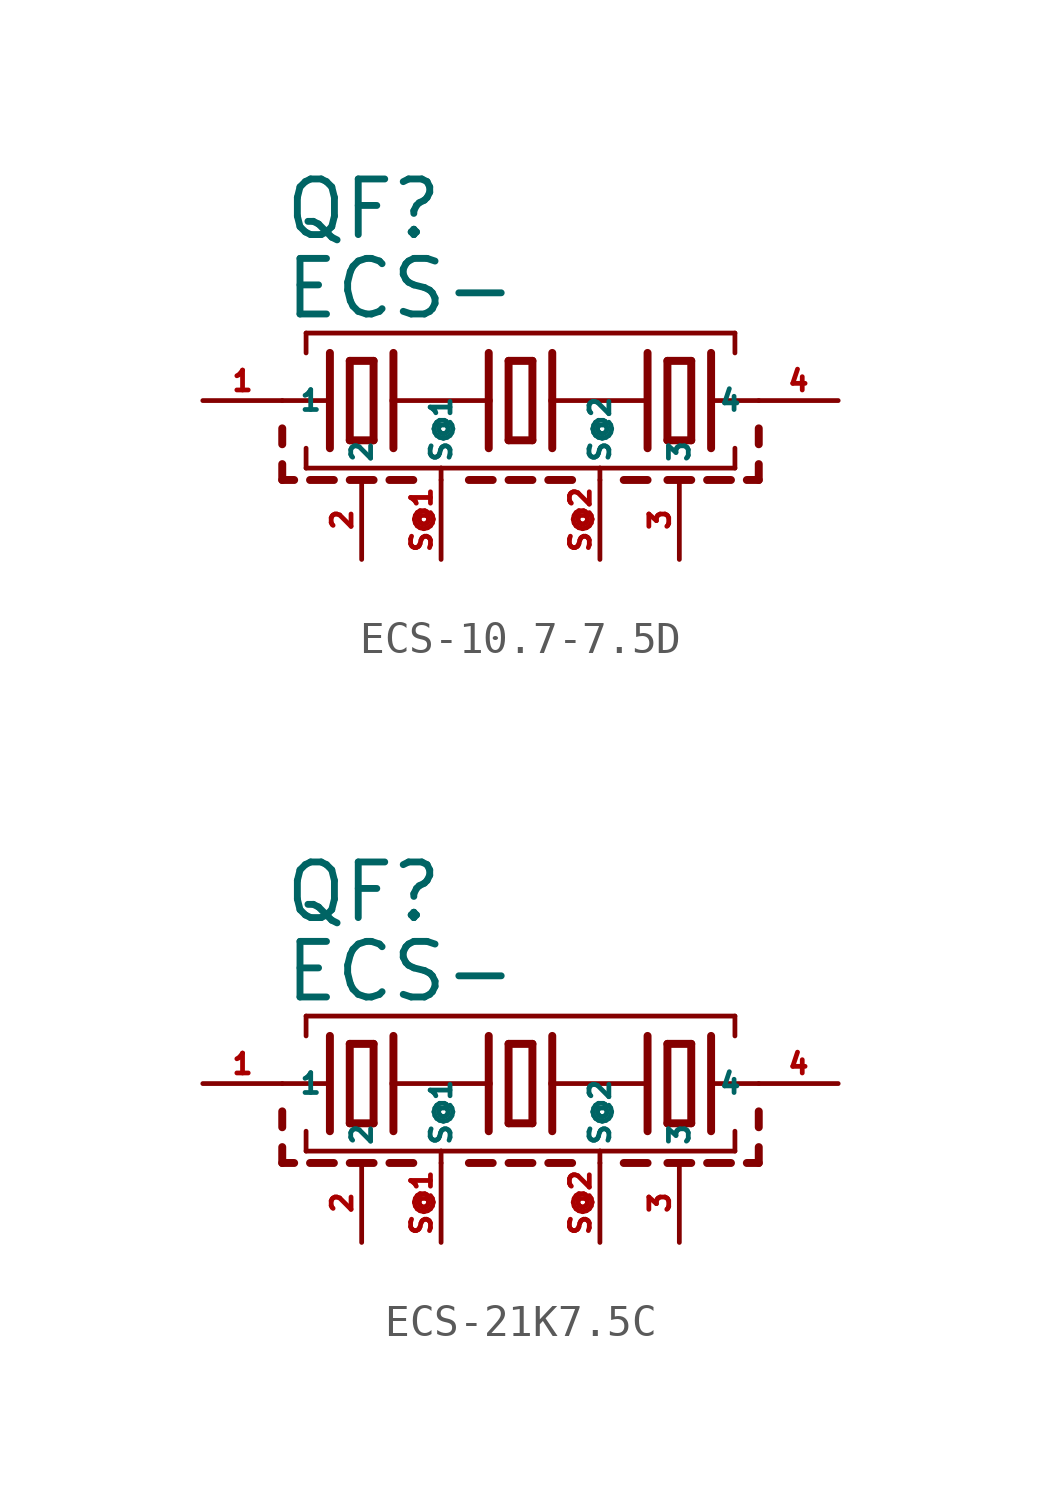
<source format=kicad_sym>
(kicad_symbol_lib
  (version 20220914)
  (generator Eagle2Kicad)
  (symbol "ECS-10.7-7.5D"
    (property "Reference" "QF"
      (at -7.62 5.08 0)
      (effects (font (size 1.778 1.778) (thickness 0.22)) (justify left bottom)))
    (property "Value" "ECS-"
      (at -7.62 2.54 0)
      (effects (font (size 1.778 1.778) (thickness 0.22)) (justify left bottom)))
    (polyline
      (pts (xy 6.096 0) (xy 7.62 0))
      (stroke (width 0.152) (type default))
      (fill (type none)))
    (polyline
      (pts (xy -7.62 0) (xy -6.096 0))
      (stroke (width 0.152) (type default))
      (fill (type none)))
    (polyline
      (pts (xy -0.381 1.27) (xy -0.381 -1.27))
      (stroke (width 0.254) (type default))
      (fill (type none)))
    (polyline
      (pts (xy -0.381 -1.27) (xy 0.381 -1.27))
      (stroke (width 0.254) (type default))
      (fill (type none)))
    (polyline
      (pts (xy 0.381 -1.27) (xy 0.381 1.27))
      (stroke (width 0.254) (type default))
      (fill (type none)))
    (polyline
      (pts (xy 0.381 1.27) (xy -0.381 1.27))
      (stroke (width 0.254) (type default))
      (fill (type none)))
    (polyline
      (pts (xy 6.096 1.524) (xy 6.096 -1.524))
      (stroke (width 0.254) (type default))
      (fill (type none)))
    (polyline
      (pts (xy -6.096 1.524) (xy -6.096 -1.524))
      (stroke (width 0.254) (type default))
      (fill (type none)))
    (polyline
      (pts (xy -6.858 1.524) (xy -6.858 2.159))
      (stroke (width 0.152) (type default))
      (fill (type none)))
    (polyline
      (pts (xy -6.858 2.159) (xy 6.858 2.159))
      (stroke (width 0.152) (type default))
      (fill (type none)))
    (polyline
      (pts (xy 6.858 2.159) (xy 6.858 1.524))
      (stroke (width 0.152) (type default))
      (fill (type none)))
    (polyline
      (pts (xy 6.858 -1.524) (xy 6.858 -2.159))
      (stroke (width 0.152) (type default))
      (fill (type none)))
    (polyline
      (pts (xy -6.858 -2.159) (xy -2.54 -2.159))
      (stroke (width 0.152) (type default))
      (fill (type none)))
    (polyline
      (pts (xy -2.54 -2.159) (xy 2.54 -2.159))
      (stroke (width 0.152) (type default))
      (fill (type none)))
    (polyline
      (pts (xy 2.54 -2.159) (xy 6.858 -2.159))
      (stroke (width 0.152) (type default))
      (fill (type none)))
    (polyline
      (pts (xy -6.858 -2.159) (xy -6.858 -1.524))
      (stroke (width 0.152) (type default))
      (fill (type none)))
    (polyline
      (pts (xy -1.016 1.524) (xy -1.016 0))
      (stroke (width 0.254) (type default))
      (fill (type none)))
    (polyline
      (pts (xy -1.016 0) (xy -1.016 -1.524))
      (stroke (width 0.254) (type default))
      (fill (type none)))
    (polyline
      (pts (xy 1.016 1.524) (xy 1.016 0))
      (stroke (width 0.254) (type default))
      (fill (type none)))
    (polyline
      (pts (xy 1.016 0) (xy 1.016 -1.524))
      (stroke (width 0.254) (type default))
      (fill (type none)))
    (polyline
      (pts (xy -4.699 1.27) (xy -5.461 1.27))
      (stroke (width 0.254) (type default))
      (fill (type none)))
    (polyline
      (pts (xy -5.461 -1.27) (xy -4.699 -1.27))
      (stroke (width 0.254) (type default))
      (fill (type none)))
    (polyline
      (pts (xy -5.461 1.27) (xy -5.461 -1.27))
      (stroke (width 0.254) (type default))
      (fill (type none)))
    (polyline
      (pts (xy -4.699 -1.27) (xy -4.699 1.27))
      (stroke (width 0.254) (type default))
      (fill (type none)))
    (polyline
      (pts (xy 5.461 -1.27) (xy 5.461 1.27))
      (stroke (width 0.254) (type default))
      (fill (type none)))
    (polyline
      (pts (xy 4.699 1.27) (xy 4.699 -1.27))
      (stroke (width 0.254) (type default))
      (fill (type none)))
    (polyline
      (pts (xy 5.461 1.27) (xy 4.699 1.27))
      (stroke (width 0.254) (type default))
      (fill (type none)))
    (polyline
      (pts (xy 4.699 -1.27) (xy 5.461 -1.27))
      (stroke (width 0.254) (type default))
      (fill (type none)))
    (polyline
      (pts (xy 4.064 1.524) (xy 4.064 -1.524))
      (stroke (width 0.254) (type default))
      (fill (type none)))
    (polyline
      (pts (xy -4.064 1.524) (xy -4.064 0))
      (stroke (width 0.254) (type default))
      (fill (type none)))
    (polyline
      (pts (xy -4.064 0) (xy -4.064 -1.524))
      (stroke (width 0.254) (type default))
      (fill (type none)))
    (polyline
      (pts (xy -4.064 0) (xy -1.016 0))
      (stroke (width 0.152) (type default))
      (fill (type none)))
    (polyline
      (pts (xy 1.016 0) (xy 4.064 0))
      (stroke (width 0.152) (type default))
      (fill (type none)))
    (polyline
      (pts (xy -7.62 -2.032) (xy -7.62 -2.54))
      (stroke (width 0.254) (type default))
      (fill (type none)))
    (polyline
      (pts (xy -7.62 -2.54) (xy -7.239 -2.54))
      (stroke (width 0.254) (type default))
      (fill (type none)))
    (polyline
      (pts (xy -5.461 -2.54) (xy -4.699 -2.54))
      (stroke (width 0.254) (type default))
      (fill (type none)))
    (polyline
      (pts (xy -6.731 -2.54) (xy -5.969 -2.54))
      (stroke (width 0.254) (type default))
      (fill (type none)))
    (polyline
      (pts (xy 4.699 -2.54) (xy 5.461 -2.54))
      (stroke (width 0.254) (type default))
      (fill (type none)))
    (polyline
      (pts (xy -4.191 -2.54) (xy -3.429 -2.54))
      (stroke (width 0.254) (type default))
      (fill (type none)))
    (polyline
      (pts (xy -1.651 -2.54) (xy -0.889 -2.54))
      (stroke (width 0.254) (type default))
      (fill (type none)))
    (polyline
      (pts (xy -0.381 -2.54) (xy 0.381 -2.54))
      (stroke (width 0.254) (type default))
      (fill (type none)))
    (polyline
      (pts (xy 0.889 -2.54) (xy 1.651 -2.54))
      (stroke (width 0.254) (type default))
      (fill (type none)))
    (polyline
      (pts (xy 3.302 -2.54) (xy 4.064 -2.54))
      (stroke (width 0.254) (type default))
      (fill (type none)))
    (polyline
      (pts (xy -2.54 -2.54) (xy -2.54 -2.159))
      (stroke (width 0.152) (type default))
      (fill (type none)))
    (polyline
      (pts (xy 2.54 -2.54) (xy 2.54 -2.159))
      (stroke (width 0.152) (type default))
      (fill (type none)))
    (polyline
      (pts (xy 7.62 -2.54) (xy 7.239 -2.54))
      (stroke (width 0.254) (type default))
      (fill (type none)))
    (polyline
      (pts (xy 6.731 -2.54) (xy 5.969 -2.54))
      (stroke (width 0.254) (type default))
      (fill (type none)))
    (polyline
      (pts (xy 7.62 -2.032) (xy 7.62 -2.54))
      (stroke (width 0.254) (type default))
      (fill (type none)))
    (polyline
      (pts (xy -7.62 -0.889) (xy -7.62 -1.397))
      (stroke (width 0.254) (type default))
      (fill (type none)))
    (polyline
      (pts (xy 7.62 -0.889) (xy 7.62 -1.397))
      (stroke (width 0.254) (type default))
      (fill (type none)))
    (pin passive line
      (at 10.16 0 180)
      (length 2.54)
      (name "4" (effects (font (size 0.635 0.635) (thickness 0.08)) (justify left bottom)))
      (number "4" (effects (font (size 0.635 0.635) (thickness 0.08)) (justify left bottom))))
    (pin passive line
      (at -10.16 0 0)
      (length 2.54)
      (name "1" (effects (font (size 0.635 0.635) (thickness 0.08)) (justify left bottom)))
      (number "1" (effects (font (size 0.635 0.635) (thickness 0.08)) (justify left bottom))))
    (pin passive line
      (at -5.08 -5.08 90)
      (length 2.54)
      (name "2" (effects (font (size 0.635 0.635) (thickness 0.08)) (justify left bottom)))
      (number "2" (effects (font (size 0.635 0.635) (thickness 0.08)) (justify left bottom))))
    (pin passive line
      (at 5.08 -5.08 90)
      (length 2.54)
      (name "3" (effects (font (size 0.635 0.635) (thickness 0.08)) (justify left bottom)))
      (number "3" (effects (font (size 0.635 0.635) (thickness 0.08)) (justify left bottom))))
    (pin passive line
      (at -2.54 -5.08 90)
      (length 2.54)
      (name "S@1" (effects (font (size 0.635 0.635) (thickness 0.08)) (justify left bottom)))
      (number "S@1" (effects (font (size 0.635 0.635) (thickness 0.08)) (justify left bottom))))
    (pin passive line
      (at 2.54 -5.08 90)
      (length 2.54)
      (name "S@2" (effects (font (size 0.635 0.635) (thickness 0.08)) (justify left bottom)))
      (number "S@2" (effects (font (size 0.635 0.635) (thickness 0.08)) (justify left bottom)))))
  (symbol "ECS-21K7.5C"
    (property "Reference" "QF"
      (at -7.62 5.08 0)
      (effects (font (size 1.778 1.778) (thickness 0.22)) (justify left bottom)))
    (property "Value" "ECS-"
      (at -7.62 2.54 0)
      (effects (font (size 1.778 1.778) (thickness 0.22)) (justify left bottom)))
    (polyline
      (pts (xy 6.096 0) (xy 7.62 0))
      (stroke (width 0.152) (type default))
      (fill (type none)))
    (polyline
      (pts (xy -7.62 0) (xy -6.096 0))
      (stroke (width 0.152) (type default))
      (fill (type none)))
    (polyline
      (pts (xy -0.381 1.27) (xy -0.381 -1.27))
      (stroke (width 0.254) (type default))
      (fill (type none)))
    (polyline
      (pts (xy -0.381 -1.27) (xy 0.381 -1.27))
      (stroke (width 0.254) (type default))
      (fill (type none)))
    (polyline
      (pts (xy 0.381 -1.27) (xy 0.381 1.27))
      (stroke (width 0.254) (type default))
      (fill (type none)))
    (polyline
      (pts (xy 0.381 1.27) (xy -0.381 1.27))
      (stroke (width 0.254) (type default))
      (fill (type none)))
    (polyline
      (pts (xy 6.096 1.524) (xy 6.096 -1.524))
      (stroke (width 0.254) (type default))
      (fill (type none)))
    (polyline
      (pts (xy -6.096 1.524) (xy -6.096 -1.524))
      (stroke (width 0.254) (type default))
      (fill (type none)))
    (polyline
      (pts (xy -6.858 1.524) (xy -6.858 2.159))
      (stroke (width 0.152) (type default))
      (fill (type none)))
    (polyline
      (pts (xy -6.858 2.159) (xy 6.858 2.159))
      (stroke (width 0.152) (type default))
      (fill (type none)))
    (polyline
      (pts (xy 6.858 2.159) (xy 6.858 1.524))
      (stroke (width 0.152) (type default))
      (fill (type none)))
    (polyline
      (pts (xy 6.858 -1.524) (xy 6.858 -2.159))
      (stroke (width 0.152) (type default))
      (fill (type none)))
    (polyline
      (pts (xy -6.858 -2.159) (xy -2.54 -2.159))
      (stroke (width 0.152) (type default))
      (fill (type none)))
    (polyline
      (pts (xy -2.54 -2.159) (xy 2.54 -2.159))
      (stroke (width 0.152) (type default))
      (fill (type none)))
    (polyline
      (pts (xy 2.54 -2.159) (xy 6.858 -2.159))
      (stroke (width 0.152) (type default))
      (fill (type none)))
    (polyline
      (pts (xy -6.858 -2.159) (xy -6.858 -1.524))
      (stroke (width 0.152) (type default))
      (fill (type none)))
    (polyline
      (pts (xy -1.016 1.524) (xy -1.016 0))
      (stroke (width 0.254) (type default))
      (fill (type none)))
    (polyline
      (pts (xy -1.016 0) (xy -1.016 -1.524))
      (stroke (width 0.254) (type default))
      (fill (type none)))
    (polyline
      (pts (xy 1.016 1.524) (xy 1.016 0))
      (stroke (width 0.254) (type default))
      (fill (type none)))
    (polyline
      (pts (xy 1.016 0) (xy 1.016 -1.524))
      (stroke (width 0.254) (type default))
      (fill (type none)))
    (polyline
      (pts (xy -4.699 1.27) (xy -5.461 1.27))
      (stroke (width 0.254) (type default))
      (fill (type none)))
    (polyline
      (pts (xy -5.461 -1.27) (xy -4.699 -1.27))
      (stroke (width 0.254) (type default))
      (fill (type none)))
    (polyline
      (pts (xy -5.461 1.27) (xy -5.461 -1.27))
      (stroke (width 0.254) (type default))
      (fill (type none)))
    (polyline
      (pts (xy -4.699 -1.27) (xy -4.699 1.27))
      (stroke (width 0.254) (type default))
      (fill (type none)))
    (polyline
      (pts (xy 5.461 -1.27) (xy 5.461 1.27))
      (stroke (width 0.254) (type default))
      (fill (type none)))
    (polyline
      (pts (xy 4.699 1.27) (xy 4.699 -1.27))
      (stroke (width 0.254) (type default))
      (fill (type none)))
    (polyline
      (pts (xy 5.461 1.27) (xy 4.699 1.27))
      (stroke (width 0.254) (type default))
      (fill (type none)))
    (polyline
      (pts (xy 4.699 -1.27) (xy 5.461 -1.27))
      (stroke (width 0.254) (type default))
      (fill (type none)))
    (polyline
      (pts (xy 4.064 1.524) (xy 4.064 -1.524))
      (stroke (width 0.254) (type default))
      (fill (type none)))
    (polyline
      (pts (xy -4.064 1.524) (xy -4.064 0))
      (stroke (width 0.254) (type default))
      (fill (type none)))
    (polyline
      (pts (xy -4.064 0) (xy -4.064 -1.524))
      (stroke (width 0.254) (type default))
      (fill (type none)))
    (polyline
      (pts (xy -4.064 0) (xy -1.016 0))
      (stroke (width 0.152) (type default))
      (fill (type none)))
    (polyline
      (pts (xy 1.016 0) (xy 4.064 0))
      (stroke (width 0.152) (type default))
      (fill (type none)))
    (polyline
      (pts (xy -7.62 -2.032) (xy -7.62 -2.54))
      (stroke (width 0.254) (type default))
      (fill (type none)))
    (polyline
      (pts (xy -7.62 -2.54) (xy -7.239 -2.54))
      (stroke (width 0.254) (type default))
      (fill (type none)))
    (polyline
      (pts (xy -5.461 -2.54) (xy -4.699 -2.54))
      (stroke (width 0.254) (type default))
      (fill (type none)))
    (polyline
      (pts (xy -6.731 -2.54) (xy -5.969 -2.54))
      (stroke (width 0.254) (type default))
      (fill (type none)))
    (polyline
      (pts (xy 4.699 -2.54) (xy 5.461 -2.54))
      (stroke (width 0.254) (type default))
      (fill (type none)))
    (polyline
      (pts (xy -4.191 -2.54) (xy -3.429 -2.54))
      (stroke (width 0.254) (type default))
      (fill (type none)))
    (polyline
      (pts (xy -1.651 -2.54) (xy -0.889 -2.54))
      (stroke (width 0.254) (type default))
      (fill (type none)))
    (polyline
      (pts (xy -0.381 -2.54) (xy 0.381 -2.54))
      (stroke (width 0.254) (type default))
      (fill (type none)))
    (polyline
      (pts (xy 0.889 -2.54) (xy 1.651 -2.54))
      (stroke (width 0.254) (type default))
      (fill (type none)))
    (polyline
      (pts (xy 3.302 -2.54) (xy 4.064 -2.54))
      (stroke (width 0.254) (type default))
      (fill (type none)))
    (polyline
      (pts (xy -2.54 -2.54) (xy -2.54 -2.159))
      (stroke (width 0.152) (type default))
      (fill (type none)))
    (polyline
      (pts (xy 2.54 -2.54) (xy 2.54 -2.159))
      (stroke (width 0.152) (type default))
      (fill (type none)))
    (polyline
      (pts (xy 7.62 -2.54) (xy 7.239 -2.54))
      (stroke (width 0.254) (type default))
      (fill (type none)))
    (polyline
      (pts (xy 6.731 -2.54) (xy 5.969 -2.54))
      (stroke (width 0.254) (type default))
      (fill (type none)))
    (polyline
      (pts (xy 7.62 -2.032) (xy 7.62 -2.54))
      (stroke (width 0.254) (type default))
      (fill (type none)))
    (polyline
      (pts (xy -7.62 -0.889) (xy -7.62 -1.397))
      (stroke (width 0.254) (type default))
      (fill (type none)))
    (polyline
      (pts (xy 7.62 -0.889) (xy 7.62 -1.397))
      (stroke (width 0.254) (type default))
      (fill (type none)))
    (pin passive line
      (at 10.16 0 180)
      (length 2.54)
      (name "4" (effects (font (size 0.635 0.635) (thickness 0.08)) (justify left bottom)))
      (number "4" (effects (font (size 0.635 0.635) (thickness 0.08)) (justify left bottom))))
    (pin passive line
      (at -10.16 0 0)
      (length 2.54)
      (name "1" (effects (font (size 0.635 0.635) (thickness 0.08)) (justify left bottom)))
      (number "1" (effects (font (size 0.635 0.635) (thickness 0.08)) (justify left bottom))))
    (pin passive line
      (at -5.08 -5.08 90)
      (length 2.54)
      (name "2" (effects (font (size 0.635 0.635) (thickness 0.08)) (justify left bottom)))
      (number "2" (effects (font (size 0.635 0.635) (thickness 0.08)) (justify left bottom))))
    (pin passive line
      (at 5.08 -5.08 90)
      (length 2.54)
      (name "3" (effects (font (size 0.635 0.635) (thickness 0.08)) (justify left bottom)))
      (number "3" (effects (font (size 0.635 0.635) (thickness 0.08)) (justify left bottom))))
    (pin passive line
      (at -2.54 -5.08 90)
      (length 2.54)
      (name "S@1" (effects (font (size 0.635 0.635) (thickness 0.08)) (justify left bottom)))
      (number "S@1" (effects (font (size 0.635 0.635) (thickness 0.08)) (justify left bottom))))
    (pin passive line
      (at 2.54 -5.08 90)
      (length 2.54)
      (name "S@2" (effects (font (size 0.635 0.635) (thickness 0.08)) (justify left bottom)))
      (number "S@2" (effects (font (size 0.635 0.635) (thickness 0.08)) (justify left bottom))))))
</source>
